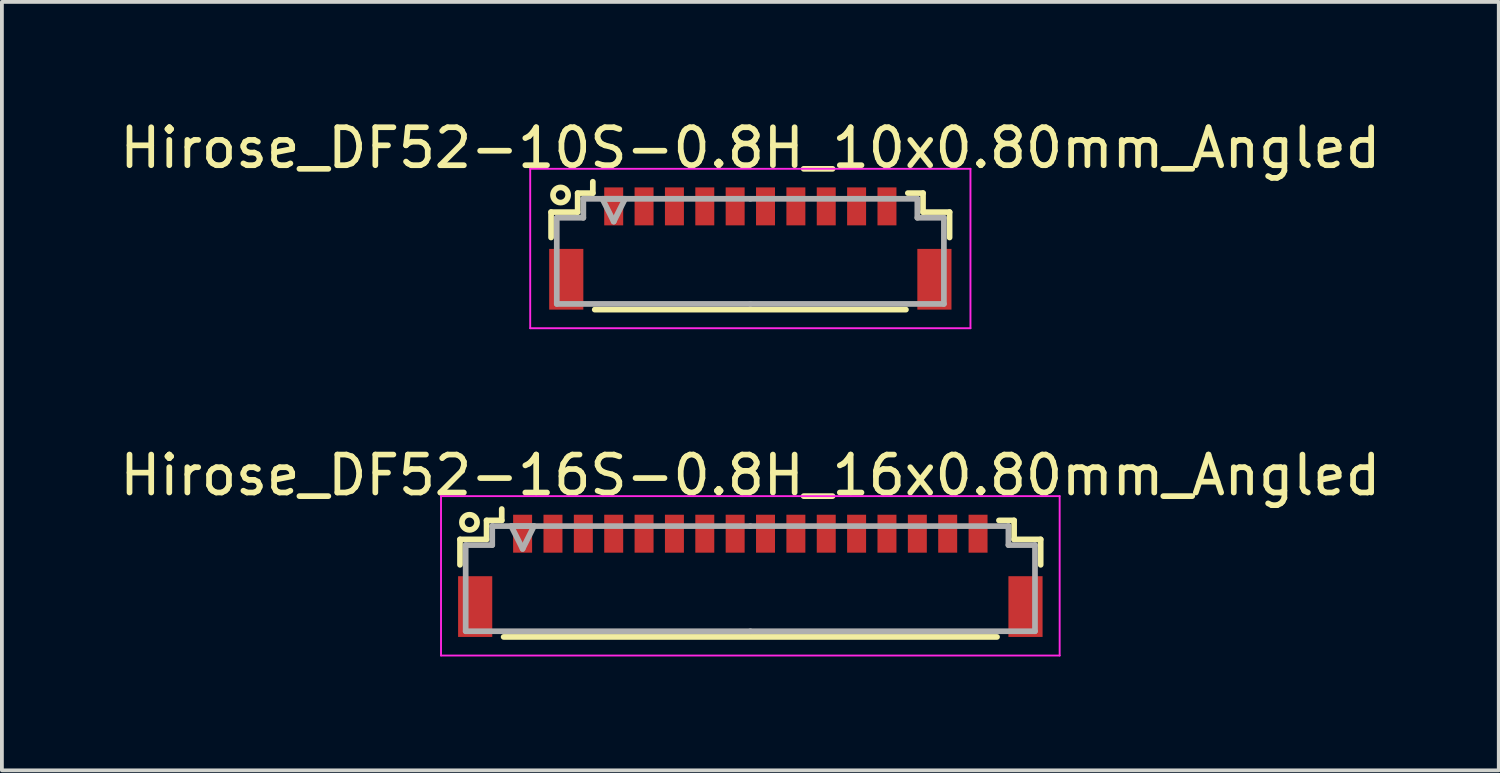
<source format=kicad_pcb>
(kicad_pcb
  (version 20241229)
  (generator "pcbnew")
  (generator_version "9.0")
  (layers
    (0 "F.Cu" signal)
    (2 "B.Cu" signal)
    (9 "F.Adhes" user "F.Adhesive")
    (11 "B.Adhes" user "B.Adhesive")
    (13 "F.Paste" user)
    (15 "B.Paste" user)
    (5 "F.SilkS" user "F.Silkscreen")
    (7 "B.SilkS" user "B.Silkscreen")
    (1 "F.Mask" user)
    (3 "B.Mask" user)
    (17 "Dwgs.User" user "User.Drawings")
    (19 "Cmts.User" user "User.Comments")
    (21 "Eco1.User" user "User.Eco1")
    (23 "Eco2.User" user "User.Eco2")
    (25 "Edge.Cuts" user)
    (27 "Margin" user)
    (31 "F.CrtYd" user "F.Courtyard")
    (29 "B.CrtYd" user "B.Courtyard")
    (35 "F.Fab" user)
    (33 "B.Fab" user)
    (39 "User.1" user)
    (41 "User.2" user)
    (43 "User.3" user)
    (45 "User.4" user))
  (footprint "Hirose_DF52-10S-0.8H_10x0.80mm_Angled"
    (layer "F.Cu")
    (at 16.72 3.348)
    (property "Reference" "Hirose_DF52-10S-0.8H_10x0.80mm_Angled" (at 0 -2.5 0) (layer "F.SilkS") (effects (font (size 1 1) (thickness 0.15))))
    (attr smd)
    (fp_line (start -5.25 -0.81) (end -5.25 -0.14) (stroke (width 0.15) (type solid)) (layer "F.SilkS"))
    (fp_line (start -4.55 -1.31) (end -4.55 -0.81) (stroke (width 0.15) (type solid)) (layer "F.SilkS"))
    (fp_line (start -4.55 -0.81) (end -5.25 -0.81) (stroke (width 0.15) (type solid)) (layer "F.SilkS"))
    (fp_line (start -4.15 -1.61) (end -4.15 -1.31) (stroke (width 0.15) (type solid)) (layer "F.SilkS"))
    (fp_line (start -4.15 -1.31) (end -4.55 -1.31) (stroke (width 0.15) (type solid)) (layer "F.SilkS"))
    (fp_line (start -4.1 1.76) (end 4.1 1.76) (stroke (width 0.15) (type solid)) (layer "F.SilkS"))
    (fp_line (start 4.15 -1.31) (end 4.55 -1.31) (stroke (width 0.15) (type solid)) (layer "F.SilkS"))
    (fp_line (start 4.55 -1.31) (end 4.55 -0.81) (stroke (width 0.15) (type solid)) (layer "F.SilkS"))
    (fp_line (start 4.55 -0.81) (end 5.25 -0.81) (stroke (width 0.15) (type solid)) (layer "F.SilkS"))
    (fp_line (start 5.25 -0.81) (end 5.25 -0.14) (stroke (width 0.15) (type solid)) (layer "F.SilkS"))
    (fp_circle (center -5 -1.26) (end -4.8 -1.26) (stroke (width 0.15) (type solid)) (fill no) (layer "F.SilkS"))
    (fp_line (start -5.8 -1.95) (end -5.8 2.25) (stroke (width 0.05) (type solid)) (layer "F.CrtYd"))
    (fp_line (start -5.8 2.25) (end 5.8 2.25) (stroke (width 0.05) (type solid)) (layer "F.CrtYd"))
    (fp_line (start 5.8 -1.95) (end -5.8 -1.95) (stroke (width 0.05) (type solid)) (layer "F.CrtYd"))
    (fp_line (start 5.8 2.25) (end 5.8 -1.95) (stroke (width 0.05) (type solid)) (layer "F.CrtYd"))
    (fp_line (start -5.1 -0.66) (end -5.1 1.61) (stroke (width 0.15) (type solid)) (layer "F.Fab"))
    (fp_line (start -5.1 1.61) (end 0 1.61) (stroke (width 0.15) (type solid)) (layer "F.Fab"))
    (fp_line (start -4.4 -1.16) (end -4.4 -1.16) (stroke (width 0.15) (type solid)) (layer "F.Fab"))
    (fp_line (start -4.4 -1.16) (end -4.4 -0.66) (stroke (width 0.15) (type solid)) (layer "F.Fab"))
    (fp_line (start -4.4 -0.66) (end -5.1 -0.66) (stroke (width 0.15) (type solid)) (layer "F.Fab"))
    (fp_line (start -3.9 -1.16) (end -3.3 -1.16) (stroke (width 0.15) (type solid)) (layer "F.Fab"))
    (fp_line (start -3.6 -0.56) (end -3.9 -1.16) (stroke (width 0.15) (type solid)) (layer "F.Fab"))
    (fp_line (start -3.3 -1.16) (end -3.6 -0.56) (stroke (width 0.15) (type solid)) (layer "F.Fab"))
    (fp_line (start 0 -1.16) (end -4.4 -1.16) (stroke (width 0.15) (type solid)) (layer "F.Fab"))
    (fp_line (start 0 -1.16) (end 4.4 -1.16) (stroke (width 0.15) (type solid)) (layer "F.Fab"))
    (fp_line (start 4.4 -1.16) (end 4.4 -1.16) (stroke (width 0.15) (type solid)) (layer "F.Fab"))
    (fp_line (start 4.4 -1.16) (end 4.4 -0.66) (stroke (width 0.15) (type solid)) (layer "F.Fab"))
    (fp_line (start 4.4 -0.66) (end 5.1 -0.66) (stroke (width 0.15) (type solid)) (layer "F.Fab"))
    (fp_line (start 5.1 -0.66) (end 5.1 1.61) (stroke (width 0.15) (type solid)) (layer "F.Fab"))
    (fp_line (start 5.1 1.61) (end 0 1.61) (stroke (width 0.15) (type solid)) (layer "F.Fab"))
    (pad "" smd rect (at -4.85 0.96) (size 0.9 1.6) (layers "F.Cu" "F.Mask" "F.Paste"))
    (pad "" smd rect (at 4.85 0.96) (size 0.9 1.6) (layers "F.Cu" "F.Mask" "F.Paste"))
    (pad "1" smd rect (at -3.6 -0.96) (size 0.5 1) (layers "F.Cu" "F.Mask" "F.Paste"))
    (pad "2" smd rect (at -2.8 -0.96) (size 0.5 1) (layers "F.Cu" "F.Mask" "F.Paste"))
    (pad "3" smd rect (at -2 -0.96) (size 0.5 1) (layers "F.Cu" "F.Mask" "F.Paste"))
    (pad "4" smd rect (at -1.2 -0.96) (size 0.5 1) (layers "F.Cu" "F.Mask" "F.Paste"))
    (pad "5" smd rect (at -0.4 -0.96) (size 0.5 1) (layers "F.Cu" "F.Mask" "F.Paste"))
    (pad "6" smd rect (at 0.4 -0.96) (size 0.5 1) (layers "F.Cu" "F.Mask" "F.Paste"))
    (pad "7" smd rect (at 1.2 -0.96) (size 0.5 1) (layers "F.Cu" "F.Mask" "F.Paste"))
    (pad "8" smd rect (at 2 -0.96) (size 0.5 1) (layers "F.Cu" "F.Mask" "F.Paste"))
    (pad "9" smd rect (at 2.8 -0.96) (size 0.5 1) (layers "F.Cu" "F.Mask" "F.Paste"))
    (pad "10" smd rect (at 3.6 -0.96) (size 0.5 1) (layers "F.Cu" "F.Mask" "F.Paste")))
  (footprint "Hirose_DF52-16S-0.8H_16x0.80mm_Angled"
    (layer "F.Cu")
    (at 16.72 11.972)
    (property "Reference" "Hirose_DF52-16S-0.8H_16x0.80mm_Angled" (at 0 -2.5 0) (layer "F.SilkS") (effects (font (size 1 1) (thickness 0.15))))
    (attr smd)
    (fp_line (start -7.65 -0.81) (end -7.65 -0.14) (stroke (width 0.15) (type solid)) (layer "F.SilkS"))
    (fp_line (start -6.95 -1.31) (end -6.95 -0.81) (stroke (width 0.15) (type solid)) (layer "F.SilkS"))
    (fp_line (start -6.95 -0.81) (end -7.65 -0.81) (stroke (width 0.15) (type solid)) (layer "F.SilkS"))
    (fp_line (start -6.55 -1.61) (end -6.55 -1.31) (stroke (width 0.15) (type solid)) (layer "F.SilkS"))
    (fp_line (start -6.55 -1.31) (end -6.95 -1.31) (stroke (width 0.15) (type solid)) (layer "F.SilkS"))
    (fp_line (start -6.5 1.76) (end 6.5 1.76) (stroke (width 0.15) (type solid)) (layer "F.SilkS"))
    (fp_line (start 6.55 -1.31) (end 6.95 -1.31) (stroke (width 0.15) (type solid)) (layer "F.SilkS"))
    (fp_line (start 6.95 -1.31) (end 6.95 -0.81) (stroke (width 0.15) (type solid)) (layer "F.SilkS"))
    (fp_line (start 6.95 -0.81) (end 7.65 -0.81) (stroke (width 0.15) (type solid)) (layer "F.SilkS"))
    (fp_line (start 7.65 -0.81) (end 7.65 -0.14) (stroke (width 0.15) (type solid)) (layer "F.SilkS"))
    (fp_circle (center -7.4 -1.26) (end -7.2 -1.26) (stroke (width 0.15) (type solid)) (fill no) (layer "F.SilkS"))
    (fp_line (start -8.15 -1.95) (end -8.15 2.25) (stroke (width 0.05) (type solid)) (layer "F.CrtYd"))
    (fp_line (start -8.15 2.25) (end 8.15 2.25) (stroke (width 0.05) (type solid)) (layer "F.CrtYd"))
    (fp_line (start 8.15 -1.95) (end -8.15 -1.95) (stroke (width 0.05) (type solid)) (layer "F.CrtYd"))
    (fp_line (start 8.15 2.25) (end 8.15 -1.95) (stroke (width 0.05) (type solid)) (layer "F.CrtYd"))
    (fp_line (start -7.5 -0.66) (end -7.5 1.61) (stroke (width 0.15) (type solid)) (layer "F.Fab"))
    (fp_line (start -7.5 1.61) (end 0 1.61) (stroke (width 0.15) (type solid)) (layer "F.Fab"))
    (fp_line (start -6.8 -1.16) (end -6.8 -1.16) (stroke (width 0.15) (type solid)) (layer "F.Fab"))
    (fp_line (start -6.8 -1.16) (end -6.8 -0.66) (stroke (width 0.15) (type solid)) (layer "F.Fab"))
    (fp_line (start -6.8 -0.66) (end -7.5 -0.66) (stroke (width 0.15) (type solid)) (layer "F.Fab"))
    (fp_line (start -6.3 -1.16) (end -5.7 -1.16) (stroke (width 0.15) (type solid)) (layer "F.Fab"))
    (fp_line (start -6 -0.56) (end -6.3 -1.16) (stroke (width 0.15) (type solid)) (layer "F.Fab"))
    (fp_line (start -5.7 -1.16) (end -6 -0.56) (stroke (width 0.15) (type solid)) (layer "F.Fab"))
    (fp_line (start 0 -1.16) (end -6.8 -1.16) (stroke (width 0.15) (type solid)) (layer "F.Fab"))
    (fp_line (start 0 -1.16) (end 6.8 -1.16) (stroke (width 0.15) (type solid)) (layer "F.Fab"))
    (fp_line (start 6.8 -1.16) (end 6.8 -1.16) (stroke (width 0.15) (type solid)) (layer "F.Fab"))
    (fp_line (start 6.8 -1.16) (end 6.8 -0.66) (stroke (width 0.15) (type solid)) (layer "F.Fab"))
    (fp_line (start 6.8 -0.66) (end 7.5 -0.66) (stroke (width 0.15) (type solid)) (layer "F.Fab"))
    (fp_line (start 7.5 -0.66) (end 7.5 1.61) (stroke (width 0.15) (type solid)) (layer "F.Fab"))
    (fp_line (start 7.5 1.61) (end 0 1.61) (stroke (width 0.15) (type solid)) (layer "F.Fab"))
    (pad "" smd rect (at -7.25 0.96) (size 0.9 1.6) (layers "F.Cu" "F.Mask" "F.Paste"))
    (pad "" smd rect (at 7.25 0.96) (size 0.9 1.6) (layers "F.Cu" "F.Mask" "F.Paste"))
    (pad "1" smd rect (at -6 -0.96) (size 0.5 1) (layers "F.Cu" "F.Mask" "F.Paste"))
    (pad "2" smd rect (at -5.2 -0.96) (size 0.5 1) (layers "F.Cu" "F.Mask" "F.Paste"))
    (pad "3" smd rect (at -4.4 -0.96) (size 0.5 1) (layers "F.Cu" "F.Mask" "F.Paste"))
    (pad "4" smd rect (at -3.6 -0.96) (size 0.5 1) (layers "F.Cu" "F.Mask" "F.Paste"))
    (pad "5" smd rect (at -2.8 -0.96) (size 0.5 1) (layers "F.Cu" "F.Mask" "F.Paste"))
    (pad "6" smd rect (at -2 -0.96) (size 0.5 1) (layers "F.Cu" "F.Mask" "F.Paste"))
    (pad "7" smd rect (at -1.2 -0.96) (size 0.5 1) (layers "F.Cu" "F.Mask" "F.Paste"))
    (pad "8" smd rect (at -0.4 -0.96) (size 0.5 1) (layers "F.Cu" "F.Mask" "F.Paste"))
    (pad "9" smd rect (at 0.4 -0.96) (size 0.5 1) (layers "F.Cu" "F.Mask" "F.Paste"))
    (pad "10" smd rect (at 1.2 -0.96) (size 0.5 1) (layers "F.Cu" "F.Mask" "F.Paste"))
    (pad "11" smd rect (at 2 -0.96) (size 0.5 1) (layers "F.Cu" "F.Mask" "F.Paste"))
    (pad "12" smd rect (at 2.8 -0.96) (size 0.5 1) (layers "F.Cu" "F.Mask" "F.Paste"))
    (pad "13" smd rect (at 3.6 -0.96) (size 0.5 1) (layers "F.Cu" "F.Mask" "F.Paste"))
    (pad "14" smd rect (at 4.4 -0.96) (size 0.5 1) (layers "F.Cu" "F.Mask" "F.Paste"))
    (pad "15" smd rect (at 5.2 -0.96) (size 0.5 1) (layers "F.Cu" "F.Mask" "F.Paste"))
    (pad "16" smd rect (at 6 -0.96) (size 0.5 1) (layers "F.Cu" "F.Mask" "F.Paste")))
  (gr_rect
    (start -3 -3)
    (end 36.44 17.247)
    (stroke (width 0.1) (type default))
    (fill no)
    (layer "Edge.Cuts")))
</source>
